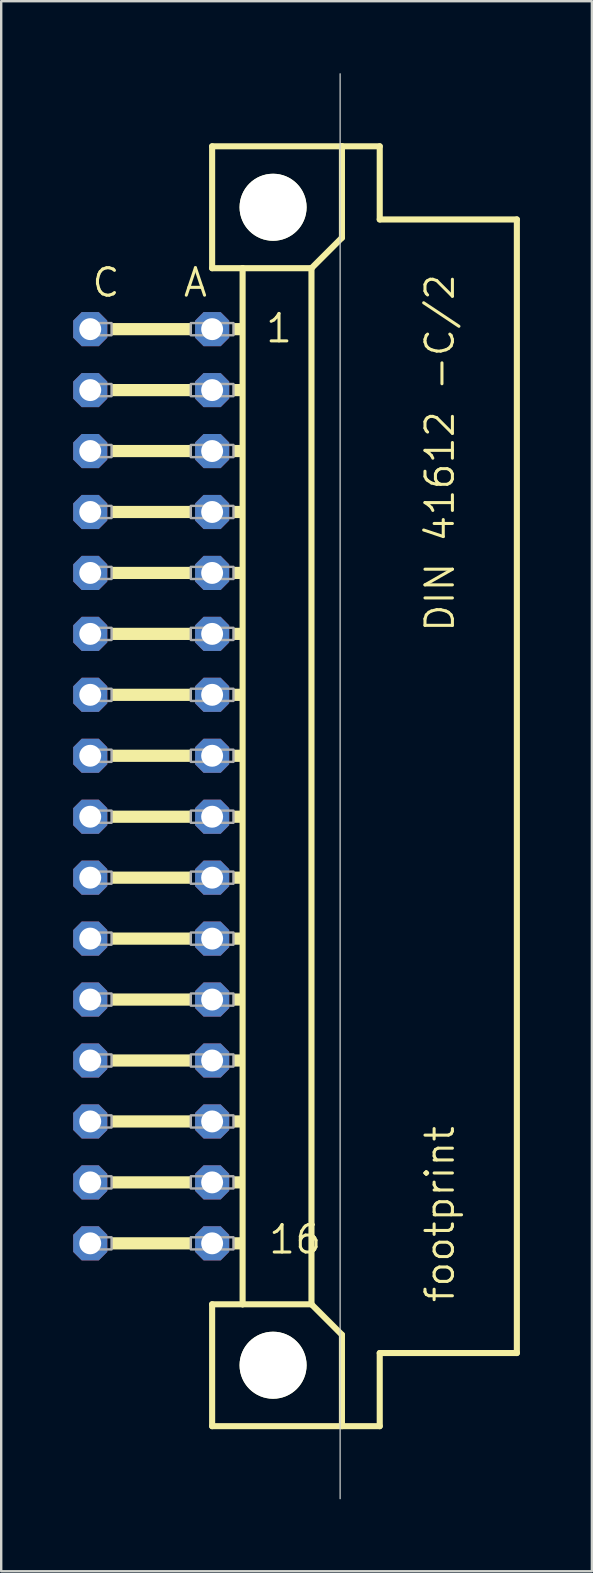
<source format=kicad_pcb>
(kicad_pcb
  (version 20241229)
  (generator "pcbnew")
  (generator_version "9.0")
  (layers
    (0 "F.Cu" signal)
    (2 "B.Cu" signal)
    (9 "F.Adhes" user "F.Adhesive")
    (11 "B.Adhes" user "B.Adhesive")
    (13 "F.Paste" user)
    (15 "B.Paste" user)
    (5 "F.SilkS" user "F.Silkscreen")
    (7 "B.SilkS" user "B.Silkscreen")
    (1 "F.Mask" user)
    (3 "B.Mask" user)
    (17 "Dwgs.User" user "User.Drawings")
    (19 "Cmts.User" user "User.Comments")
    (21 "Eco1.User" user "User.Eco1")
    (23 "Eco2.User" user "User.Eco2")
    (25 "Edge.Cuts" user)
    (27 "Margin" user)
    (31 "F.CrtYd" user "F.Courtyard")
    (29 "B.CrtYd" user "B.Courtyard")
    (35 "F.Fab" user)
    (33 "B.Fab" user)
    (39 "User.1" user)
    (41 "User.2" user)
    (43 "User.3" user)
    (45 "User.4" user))
  (footprint "footprint"
    (layer "F.Cu")
    (at 8.331 29.718)
    (property "Reference" "footprint" (at 7.62 21.59 90) (layer "F.SilkS") (effects (font (size 1.143 1.143) (thickness 0.127)) (justify left bottom)))
    (fp_line (start -2.54 -26.67) (end -2.54 -21.59) (stroke (width 0.254) (type solid)) (layer "F.SilkS"))
    (fp_line (start -2.54 -21.59) (end -1.27 -21.59) (stroke (width 0.254) (type solid)) (layer "F.SilkS"))
    (fp_line (start -2.54 21.59) (end -1.27 21.59) (stroke (width 0.254) (type solid)) (layer "F.SilkS"))
    (fp_line (start -2.54 26.67) (end -2.54 21.59) (stroke (width 0.254) (type solid)) (layer "F.SilkS"))
    (fp_line (start -1.27 -21.59) (end 1.6 -21.59) (stroke (width 0.254) (type solid)) (layer "F.SilkS"))
    (fp_line (start -1.27 21.59) (end -1.27 -21.59) (stroke (width 0.254) (type solid)) (layer "F.SilkS"))
    (fp_line (start -1.27 21.59) (end 1.6 21.59) (stroke (width 0.254) (type solid)) (layer "F.SilkS"))
    (fp_line (start 1.6 -21.59) (end 2.87 -22.86) (stroke (width 0.254) (type solid)) (layer "F.SilkS"))
    (fp_line (start 1.6 21.59) (end 1.6 -21.59) (stroke (width 0.254) (type solid)) (layer "F.SilkS"))
    (fp_line (start 1.6 21.59) (end 2.87 22.86) (stroke (width 0.254) (type solid)) (layer "F.SilkS"))
    (fp_line (start 2.87 -26.67) (end -2.54 -26.67) (stroke (width 0.254) (type solid)) (layer "F.SilkS"))
    (fp_line (start 2.87 -22.86) (end 2.87 -26.67) (stroke (width 0.254) (type solid)) (layer "F.SilkS"))
    (fp_line (start 2.87 22.86) (end 2.87 26.67) (stroke (width 0.254) (type solid)) (layer "F.SilkS"))
    (fp_line (start 4.445 -26.67) (end 2.87 -26.67) (stroke (width 0.254) (type solid)) (layer "F.SilkS"))
    (fp_line (start 4.445 -23.622) (end 4.445 -26.67) (stroke (width 0.254) (type solid)) (layer "F.SilkS"))
    (fp_line (start 4.445 23.622) (end 4.445 26.67) (stroke (width 0.254) (type solid)) (layer "F.SilkS"))
    (fp_line (start 4.445 26.67) (end -2.54 26.67) (stroke (width 0.254) (type solid)) (layer "F.SilkS"))
    (fp_line (start 10.16 -23.622) (end 4.445 -23.622) (stroke (width 0.254) (type solid)) (layer "F.SilkS"))
    (fp_line (start 10.16 23.622) (end 4.445 23.622) (stroke (width 0.254) (type solid)) (layer "F.SilkS"))
    (fp_line (start 10.16 23.622) (end 10.16 -23.622) (stroke (width 0.254) (type solid)) (layer "F.SilkS"))
    (fp_circle (center 0 -24.13) (end 1.27 -24.13) (stroke (width 0.254) (type solid)) (fill no) (layer "F.SilkS"))
    (fp_circle (center 0 24.13) (end 1.27 24.13) (stroke (width 0.254) (type solid)) (fill no) (layer "F.SilkS"))
    (fp_poly (pts (xy -6.731 -18.796) (xy -3.429 -18.796) (xy -3.429 -19.304) (xy -6.731 -19.304)) (stroke (width 0) (type solid)) (fill yes) (layer "F.SilkS"))
    (fp_poly (pts (xy -6.731 -16.256) (xy -3.429 -16.256) (xy -3.429 -16.764) (xy -6.731 -16.764)) (stroke (width 0) (type solid)) (fill yes) (layer "F.SilkS"))
    (fp_poly (pts (xy -6.731 -13.716) (xy -3.429 -13.716) (xy -3.429 -14.224) (xy -6.731 -14.224)) (stroke (width 0) (type solid)) (fill yes) (layer "F.SilkS"))
    (fp_poly (pts (xy -6.731 -11.176) (xy -3.429 -11.176) (xy -3.429 -11.684) (xy -6.731 -11.684)) (stroke (width 0) (type solid)) (fill yes) (layer "F.SilkS"))
    (fp_poly (pts (xy -6.731 -8.636) (xy -3.429 -8.636) (xy -3.429 -9.144) (xy -6.731 -9.144)) (stroke (width 0) (type solid)) (fill yes) (layer "F.SilkS"))
    (fp_poly (pts (xy -6.731 -6.096) (xy -3.429 -6.096) (xy -3.429 -6.604) (xy -6.731 -6.604)) (stroke (width 0) (type solid)) (fill yes) (layer "F.SilkS"))
    (fp_poly (pts (xy -6.731 -3.556) (xy -3.429 -3.556) (xy -3.429 -4.064) (xy -6.731 -4.064)) (stroke (width 0) (type solid)) (fill yes) (layer "F.SilkS"))
    (fp_poly (pts (xy -6.731 -1.016) (xy -3.429 -1.016) (xy -3.429 -1.524) (xy -6.731 -1.524)) (stroke (width 0) (type solid)) (fill yes) (layer "F.SilkS"))
    (fp_poly (pts (xy -6.731 1.524) (xy -3.429 1.524) (xy -3.429 1.016) (xy -6.731 1.016)) (stroke (width 0) (type solid)) (fill yes) (layer "F.SilkS"))
    (fp_poly (pts (xy -6.731 4.064) (xy -3.429 4.064) (xy -3.429 3.556) (xy -6.731 3.556)) (stroke (width 0) (type solid)) (fill yes) (layer "F.SilkS"))
    (fp_poly (pts (xy -6.731 6.604) (xy -3.429 6.604) (xy -3.429 6.096) (xy -6.731 6.096)) (stroke (width 0) (type solid)) (fill yes) (layer "F.SilkS"))
    (fp_poly (pts (xy -6.731 9.144) (xy -3.429 9.144) (xy -3.429 8.636) (xy -6.731 8.636)) (stroke (width 0) (type solid)) (fill yes) (layer "F.SilkS"))
    (fp_poly (pts (xy -6.731 11.684) (xy -3.429 11.684) (xy -3.429 11.176) (xy -6.731 11.176)) (stroke (width 0) (type solid)) (fill yes) (layer "F.SilkS"))
    (fp_poly (pts (xy -6.731 14.224) (xy -3.429 14.224) (xy -3.429 13.716) (xy -6.731 13.716)) (stroke (width 0) (type solid)) (fill yes) (layer "F.SilkS"))
    (fp_poly (pts (xy -6.731 16.764) (xy -3.429 16.764) (xy -3.429 16.256) (xy -6.731 16.256)) (stroke (width 0) (type solid)) (fill yes) (layer "F.SilkS"))
    (fp_poly (pts (xy -6.731 19.304) (xy -3.429 19.304) (xy -3.429 18.796) (xy -6.731 18.796)) (stroke (width 0) (type solid)) (fill yes) (layer "F.SilkS"))
    (fp_poly (pts (xy -1.651 -18.796) (xy -1.27 -18.796) (xy -1.27 -19.304) (xy -1.651 -19.304)) (stroke (width 0) (type solid)) (fill yes) (layer "F.SilkS"))
    (fp_poly (pts (xy -1.651 -16.256) (xy -1.27 -16.256) (xy -1.27 -16.764) (xy -1.651 -16.764)) (stroke (width 0) (type solid)) (fill yes) (layer "F.SilkS"))
    (fp_poly (pts (xy -1.651 -13.716) (xy -1.27 -13.716) (xy -1.27 -14.224) (xy -1.651 -14.224)) (stroke (width 0) (type solid)) (fill yes) (layer "F.SilkS"))
    (fp_poly (pts (xy -1.651 -11.176) (xy -1.27 -11.176) (xy -1.27 -11.684) (xy -1.651 -11.684)) (stroke (width 0) (type solid)) (fill yes) (layer "F.SilkS"))
    (fp_poly (pts (xy -1.651 -8.636) (xy -1.27 -8.636) (xy -1.27 -9.144) (xy -1.651 -9.144)) (stroke (width 0) (type solid)) (fill yes) (layer "F.SilkS"))
    (fp_poly (pts (xy -1.651 -6.096) (xy -1.27 -6.096) (xy -1.27 -6.604) (xy -1.651 -6.604)) (stroke (width 0) (type solid)) (fill yes) (layer "F.SilkS"))
    (fp_poly (pts (xy -1.651 -3.556) (xy -1.27 -3.556) (xy -1.27 -4.064) (xy -1.651 -4.064)) (stroke (width 0) (type solid)) (fill yes) (layer "F.SilkS"))
    (fp_poly (pts (xy -1.651 -1.016) (xy -1.27 -1.016) (xy -1.27 -1.524) (xy -1.651 -1.524)) (stroke (width 0) (type solid)) (fill yes) (layer "F.SilkS"))
    (fp_poly (pts (xy -1.651 1.524) (xy -1.27 1.524) (xy -1.27 1.016) (xy -1.651 1.016)) (stroke (width 0) (type solid)) (fill yes) (layer "F.SilkS"))
    (fp_poly (pts (xy -1.651 4.064) (xy -1.27 4.064) (xy -1.27 3.556) (xy -1.651 3.556)) (stroke (width 0) (type solid)) (fill yes) (layer "F.SilkS"))
    (fp_poly (pts (xy -1.651 6.604) (xy -1.27 6.604) (xy -1.27 6.096) (xy -1.651 6.096)) (stroke (width 0) (type solid)) (fill yes) (layer "F.SilkS"))
    (fp_poly (pts (xy -1.651 9.144) (xy -1.27 9.144) (xy -1.27 8.636) (xy -1.651 8.636)) (stroke (width 0) (type solid)) (fill yes) (layer "F.SilkS"))
    (fp_poly (pts (xy -1.651 11.684) (xy -1.27 11.684) (xy -1.27 11.176) (xy -1.651 11.176)) (stroke (width 0) (type solid)) (fill yes) (layer "F.SilkS"))
    (fp_poly (pts (xy -1.651 14.224) (xy -1.27 14.224) (xy -1.27 13.716) (xy -1.651 13.716)) (stroke (width 0) (type solid)) (fill yes) (layer "F.SilkS"))
    (fp_poly (pts (xy -1.651 16.764) (xy -1.27 16.764) (xy -1.27 16.256) (xy -1.651 16.256)) (stroke (width 0) (type solid)) (fill yes) (layer "F.SilkS"))
    (fp_poly (pts (xy -1.651 19.304) (xy -1.27 19.304) (xy -1.27 18.796) (xy -1.651 18.796)) (stroke (width 0) (type solid)) (fill yes) (layer "F.SilkS"))
    (fp_line (start 2.794 29.693) (end 2.794 -29.693) (stroke (width 0.05) (type solid)) (layer "Edge.Cuts"))
    (fp_poly (pts (xy -7.874 -18.796) (xy -6.731 -18.796) (xy -6.731 -19.304) (xy -7.874 -19.304)) (stroke (width 0.1) (type solid)) (fill no) (layer "F.Fab"))
    (fp_poly (pts (xy -7.874 -16.256) (xy -6.731 -16.256) (xy -6.731 -16.764) (xy -7.874 -16.764)) (stroke (width 0.1) (type solid)) (fill no) (layer "F.Fab"))
    (fp_poly (pts (xy -7.874 -13.716) (xy -6.731 -13.716) (xy -6.731 -14.224) (xy -7.874 -14.224)) (stroke (width 0.1) (type solid)) (fill no) (layer "F.Fab"))
    (fp_poly (pts (xy -7.874 -11.176) (xy -6.731 -11.176) (xy -6.731 -11.684) (xy -7.874 -11.684)) (stroke (width 0.1) (type solid)) (fill no) (layer "F.Fab"))
    (fp_poly (pts (xy -7.874 -8.636) (xy -6.731 -8.636) (xy -6.731 -9.144) (xy -7.874 -9.144)) (stroke (width 0.1) (type solid)) (fill no) (layer "F.Fab"))
    (fp_poly (pts (xy -7.874 -6.096) (xy -6.731 -6.096) (xy -6.731 -6.604) (xy -7.874 -6.604)) (stroke (width 0.1) (type solid)) (fill no) (layer "F.Fab"))
    (fp_poly (pts (xy -7.874 -3.556) (xy -6.731 -3.556) (xy -6.731 -4.064) (xy -7.874 -4.064)) (stroke (width 0.1) (type solid)) (fill no) (layer "F.Fab"))
    (fp_poly (pts (xy -7.874 -1.016) (xy -6.731 -1.016) (xy -6.731 -1.524) (xy -7.874 -1.524)) (stroke (width 0.1) (type solid)) (fill no) (layer "F.Fab"))
    (fp_poly (pts (xy -7.874 1.524) (xy -6.731 1.524) (xy -6.731 1.016) (xy -7.874 1.016)) (stroke (width 0.1) (type solid)) (fill no) (layer "F.Fab"))
    (fp_poly (pts (xy -7.874 4.064) (xy -6.731 4.064) (xy -6.731 3.556) (xy -7.874 3.556)) (stroke (width 0.1) (type solid)) (fill no) (layer "F.Fab"))
    (fp_poly (pts (xy -7.874 6.604) (xy -6.731 6.604) (xy -6.731 6.096) (xy -7.874 6.096)) (stroke (width 0.1) (type solid)) (fill no) (layer "F.Fab"))
    (fp_poly (pts (xy -7.874 9.144) (xy -6.731 9.144) (xy -6.731 8.636) (xy -7.874 8.636)) (stroke (width 0.1) (type solid)) (fill no) (layer "F.Fab"))
    (fp_poly (pts (xy -7.874 11.684) (xy -6.731 11.684) (xy -6.731 11.176) (xy -7.874 11.176)) (stroke (width 0.1) (type solid)) (fill no) (layer "F.Fab"))
    (fp_poly (pts (xy -7.874 14.224) (xy -6.731 14.224) (xy -6.731 13.716) (xy -7.874 13.716)) (stroke (width 0.1) (type solid)) (fill no) (layer "F.Fab"))
    (fp_poly (pts (xy -7.874 16.764) (xy -6.731 16.764) (xy -6.731 16.256) (xy -7.874 16.256)) (stroke (width 0.1) (type solid)) (fill no) (layer "F.Fab"))
    (fp_poly (pts (xy -7.874 19.304) (xy -6.731 19.304) (xy -6.731 18.796) (xy -7.874 18.796)) (stroke (width 0.1) (type solid)) (fill no) (layer "F.Fab"))
    (fp_poly (pts (xy -3.429 -18.796) (xy -1.651 -18.796) (xy -1.651 -19.304) (xy -3.429 -19.304)) (stroke (width 0.1) (type solid)) (fill no) (layer "F.Fab"))
    (fp_poly (pts (xy -3.429 -16.256) (xy -1.651 -16.256) (xy -1.651 -16.764) (xy -3.429 -16.764)) (stroke (width 0.1) (type solid)) (fill no) (layer "F.Fab"))
    (fp_poly (pts (xy -3.429 -13.716) (xy -1.651 -13.716) (xy -1.651 -14.224) (xy -3.429 -14.224)) (stroke (width 0.1) (type solid)) (fill no) (layer "F.Fab"))
    (fp_poly (pts (xy -3.429 -11.176) (xy -1.651 -11.176) (xy -1.651 -11.684) (xy -3.429 -11.684)) (stroke (width 0.1) (type solid)) (fill no) (layer "F.Fab"))
    (fp_poly (pts (xy -3.429 -8.636) (xy -1.651 -8.636) (xy -1.651 -9.144) (xy -3.429 -9.144)) (stroke (width 0.1) (type solid)) (fill no) (layer "F.Fab"))
    (fp_poly (pts (xy -3.429 -6.096) (xy -1.651 -6.096) (xy -1.651 -6.604) (xy -3.429 -6.604)) (stroke (width 0.1) (type solid)) (fill no) (layer "F.Fab"))
    (fp_poly (pts (xy -3.429 -3.556) (xy -1.651 -3.556) (xy -1.651 -4.064) (xy -3.429 -4.064)) (stroke (width 0.1) (type solid)) (fill no) (layer "F.Fab"))
    (fp_poly (pts (xy -3.429 -1.016) (xy -1.651 -1.016) (xy -1.651 -1.524) (xy -3.429 -1.524)) (stroke (width 0.1) (type solid)) (fill no) (layer "F.Fab"))
    (fp_poly (pts (xy -3.429 1.524) (xy -1.651 1.524) (xy -1.651 1.016) (xy -3.429 1.016)) (stroke (width 0.1) (type solid)) (fill no) (layer "F.Fab"))
    (fp_poly (pts (xy -3.429 4.064) (xy -1.651 4.064) (xy -1.651 3.556) (xy -3.429 3.556)) (stroke (width 0.1) (type solid)) (fill no) (layer "F.Fab"))
    (fp_poly (pts (xy -3.429 6.604) (xy -1.651 6.604) (xy -1.651 6.096) (xy -3.429 6.096)) (stroke (width 0.1) (type solid)) (fill no) (layer "F.Fab"))
    (fp_poly (pts (xy -3.429 9.144) (xy -1.651 9.144) (xy -1.651 8.636) (xy -3.429 8.636)) (stroke (width 0.1) (type solid)) (fill no) (layer "F.Fab"))
    (fp_poly (pts (xy -3.429 11.684) (xy -1.651 11.684) (xy -1.651 11.176) (xy -3.429 11.176)) (stroke (width 0.1) (type solid)) (fill no) (layer "F.Fab"))
    (fp_poly (pts (xy -3.429 14.224) (xy -1.651 14.224) (xy -1.651 13.716) (xy -3.429 13.716)) (stroke (width 0.1) (type solid)) (fill no) (layer "F.Fab"))
    (fp_poly (pts (xy -3.429 16.764) (xy -1.651 16.764) (xy -1.651 16.256) (xy -3.429 16.256)) (stroke (width 0.1) (type solid)) (fill no) (layer "F.Fab"))
    (fp_poly (pts (xy -3.429 19.304) (xy -1.651 19.304) (xy -1.651 18.796) (xy -3.429 18.796)) (stroke (width 0.1) (type solid)) (fill no) (layer "F.Fab"))
    (fp_text user "DIN 41612 -C/2" (at 7.62 -6.35 90) (layer "F.SilkS") (effects (font (size 1.143 1.143) (thickness 0.127)) (justify left bottom)))
    (fp_text user "A" (at -3.81 -20.32 0) (layer "F.SilkS") (effects (font (size 1.143 1.143) (thickness 0.127)) (justify left bottom)))
    (fp_text user "1" (at -0.381 -18.415 0) (layer "F.SilkS") (effects (font (size 1.143 1.143) (thickness 0.127)) (justify left bottom)))
    (fp_text user "C" (at -7.62 -20.32 0) (layer "F.SilkS") (effects (font (size 1.143 1.143) (thickness 0.127)) (justify left bottom)))
    (fp_text user "16" (at -0.254 19.558 0) (layer "F.SilkS") (effects (font (size 1.143 1.143) (thickness 0.127)) (justify left bottom)))
    (pad "" np_thru_hole circle (at 0 -24.13) (size 2.794 2.794) (drill 2.794) (layers "*.Cu" "*.Mask"))
    (pad "" np_thru_hole circle (at 0 24.13) (size 2.794 2.794) (drill 2.794) (layers "*.Cu" "*.Mask"))
    (pad "A1" thru_hole roundrect (at -2.54 -19.05) (size 1.422 1.422) (drill 0.914) (layers "*.Cu" "*.Mask") (roundrect_rratio 0.25) (chamfer_ratio 0.25) (chamfer top_left top_right bottom_left bottom_right))
    (pad "A2" thru_hole roundrect (at -2.54 -16.51) (size 1.422 1.422) (drill 0.914) (layers "*.Cu" "*.Mask") (roundrect_rratio 0.25) (chamfer_ratio 0.25) (chamfer top_left top_right bottom_left bottom_right))
    (pad "A3" thru_hole roundrect (at -2.54 -13.97) (size 1.422 1.422) (drill 0.914) (layers "*.Cu" "*.Mask") (roundrect_rratio 0.25) (chamfer_ratio 0.25) (chamfer top_left top_right bottom_left bottom_right))
    (pad "A4" thru_hole roundrect (at -2.54 -11.43) (size 1.422 1.422) (drill 0.914) (layers "*.Cu" "*.Mask") (roundrect_rratio 0.25) (chamfer_ratio 0.25) (chamfer top_left top_right bottom_left bottom_right))
    (pad "A5" thru_hole roundrect (at -2.54 -8.89) (size 1.422 1.422) (drill 0.914) (layers "*.Cu" "*.Mask") (roundrect_rratio 0.25) (chamfer_ratio 0.25) (chamfer top_left top_right bottom_left bottom_right))
    (pad "A6" thru_hole roundrect (at -2.54 -6.35) (size 1.422 1.422) (drill 0.914) (layers "*.Cu" "*.Mask") (roundrect_rratio 0.25) (chamfer_ratio 0.25) (chamfer top_left top_right bottom_left bottom_right))
    (pad "A7" thru_hole roundrect (at -2.54 -3.81) (size 1.422 1.422) (drill 0.914) (layers "*.Cu" "*.Mask") (roundrect_rratio 0.25) (chamfer_ratio 0.25) (chamfer top_left top_right bottom_left bottom_right))
    (pad "A8" thru_hole roundrect (at -2.54 -1.27) (size 1.422 1.422) (drill 0.914) (layers "*.Cu" "*.Mask") (roundrect_rratio 0.25) (chamfer_ratio 0.25) (chamfer top_left top_right bottom_left bottom_right))
    (pad "A9" thru_hole roundrect (at -2.54 1.27) (size 1.422 1.422) (drill 0.914) (layers "*.Cu" "*.Mask") (roundrect_rratio 0.25) (chamfer_ratio 0.25) (chamfer top_left top_right bottom_left bottom_right))
    (pad "A10" thru_hole roundrect (at -2.54 3.81) (size 1.422 1.422) (drill 0.914) (layers "*.Cu" "*.Mask") (roundrect_rratio 0.25) (chamfer_ratio 0.25) (chamfer top_left top_right bottom_left bottom_right))
    (pad "A11" thru_hole roundrect (at -2.54 6.35) (size 1.422 1.422) (drill 0.914) (layers "*.Cu" "*.Mask") (roundrect_rratio 0.25) (chamfer_ratio 0.25) (chamfer top_left top_right bottom_left bottom_right))
    (pad "A12" thru_hole roundrect (at -2.54 8.89) (size 1.422 1.422) (drill 0.914) (layers "*.Cu" "*.Mask") (roundrect_rratio 0.25) (chamfer_ratio 0.25) (chamfer top_left top_right bottom_left bottom_right))
    (pad "A13" thru_hole roundrect (at -2.54 11.43) (size 1.422 1.422) (drill 0.914) (layers "*.Cu" "*.Mask") (roundrect_rratio 0.25) (chamfer_ratio 0.25) (chamfer top_left top_right bottom_left bottom_right))
    (pad "A14" thru_hole roundrect (at -2.54 13.97) (size 1.422 1.422) (drill 0.914) (layers "*.Cu" "*.Mask") (roundrect_rratio 0.25) (chamfer_ratio 0.25) (chamfer top_left top_right bottom_left bottom_right))
    (pad "A15" thru_hole roundrect (at -2.54 16.51) (size 1.422 1.422) (drill 0.914) (layers "*.Cu" "*.Mask") (roundrect_rratio 0.25) (chamfer_ratio 0.25) (chamfer top_left top_right bottom_left bottom_right))
    (pad "A16" thru_hole roundrect (at -2.54 19.05) (size 1.422 1.422) (drill 0.914) (layers "*.Cu" "*.Mask") (roundrect_rratio 0.25) (chamfer_ratio 0.25) (chamfer top_left top_right bottom_left bottom_right))
    (pad "C1" thru_hole roundrect (at -7.62 -19.05) (size 1.422 1.422) (drill 0.914) (layers "*.Cu" "*.Mask") (roundrect_rratio 0.25) (chamfer_ratio 0.25) (chamfer top_left top_right bottom_left bottom_right))
    (pad "C2" thru_hole roundrect (at -7.62 -16.51) (size 1.422 1.422) (drill 0.914) (layers "*.Cu" "*.Mask") (roundrect_rratio 0.25) (chamfer_ratio 0.25) (chamfer top_left top_right bottom_left bottom_right))
    (pad "C3" thru_hole roundrect (at -7.62 -13.97) (size 1.422 1.422) (drill 0.914) (layers "*.Cu" "*.Mask") (roundrect_rratio 0.25) (chamfer_ratio 0.25) (chamfer top_left top_right bottom_left bottom_right))
    (pad "C4" thru_hole roundrect (at -7.62 -11.43) (size 1.422 1.422) (drill 0.914) (layers "*.Cu" "*.Mask") (roundrect_rratio 0.25) (chamfer_ratio 0.25) (chamfer top_left top_right bottom_left bottom_right))
    (pad "C5" thru_hole roundrect (at -7.62 -8.89) (size 1.422 1.422) (drill 0.914) (layers "*.Cu" "*.Mask") (roundrect_rratio 0.25) (chamfer_ratio 0.25) (chamfer top_left top_right bottom_left bottom_right))
    (pad "C6" thru_hole roundrect (at -7.62 -6.35) (size 1.422 1.422) (drill 0.914) (layers "*.Cu" "*.Mask") (roundrect_rratio 0.25) (chamfer_ratio 0.25) (chamfer top_left top_right bottom_left bottom_right))
    (pad "C7" thru_hole roundrect (at -7.62 -3.81) (size 1.422 1.422) (drill 0.914) (layers "*.Cu" "*.Mask") (roundrect_rratio 0.25) (chamfer_ratio 0.25) (chamfer top_left top_right bottom_left bottom_right))
    (pad "C8" thru_hole roundrect (at -7.62 -1.27) (size 1.422 1.422) (drill 0.914) (layers "*.Cu" "*.Mask") (roundrect_rratio 0.25) (chamfer_ratio 0.25) (chamfer top_left top_right bottom_left bottom_right))
    (pad "C9" thru_hole roundrect (at -7.62 1.27) (size 1.422 1.422) (drill 0.914) (layers "*.Cu" "*.Mask") (roundrect_rratio 0.25) (chamfer_ratio 0.25) (chamfer top_left top_right bottom_left bottom_right))
    (pad "C10" thru_hole roundrect (at -7.62 3.81) (size 1.422 1.422) (drill 0.914) (layers "*.Cu" "*.Mask") (roundrect_rratio 0.25) (chamfer_ratio 0.25) (chamfer top_left top_right bottom_left bottom_right))
    (pad "C11" thru_hole roundrect (at -7.62 6.35) (size 1.422 1.422) (drill 0.914) (layers "*.Cu" "*.Mask") (roundrect_rratio 0.25) (chamfer_ratio 0.25) (chamfer top_left top_right bottom_left bottom_right))
    (pad "C12" thru_hole roundrect (at -7.62 8.89) (size 1.422 1.422) (drill 0.914) (layers "*.Cu" "*.Mask") (roundrect_rratio 0.25) (chamfer_ratio 0.25) (chamfer top_left top_right bottom_left bottom_right))
    (pad "C13" thru_hole roundrect (at -7.62 11.43) (size 1.422 1.422) (drill 0.914) (layers "*.Cu" "*.Mask") (roundrect_rratio 0.25) (chamfer_ratio 0.25) (chamfer top_left top_right bottom_left bottom_right))
    (pad "C14" thru_hole roundrect (at -7.62 13.97) (size 1.422 1.422) (drill 0.914) (layers "*.Cu" "*.Mask") (roundrect_rratio 0.25) (chamfer_ratio 0.25) (chamfer top_left top_right bottom_left bottom_right))
    (pad "C15" thru_hole roundrect (at -7.62 16.51) (size 1.422 1.422) (drill 0.914) (layers "*.Cu" "*.Mask") (roundrect_rratio 0.25) (chamfer_ratio 0.25) (chamfer top_left top_right bottom_left bottom_right))
    (pad "C16" thru_hole roundrect (at -7.62 19.05) (size 1.422 1.422) (drill 0.914) (layers "*.Cu" "*.Mask") (roundrect_rratio 0.25) (chamfer_ratio 0.25) (chamfer top_left top_right bottom_left bottom_right))
    (zone (net_name "") (layers "F.Cu" "B.Cu") (hatch edge 0.508) (connect_pads) (min_thickness 0.254) (filled_areas_thickness no) (keepout (tracks allowed) (vias not_allowed) (pads allowed) (copperpour allowed) (footprints allowed)) (placement (enabled no)) (fill) (polygon (pts (xy 11.506 5.588) (xy 11.458 5.036) (xy 11.315 4.502) (xy 11.081 4) (xy 10.763 3.547) (xy 10.372 3.155) (xy 9.919 2.838) (xy 9.417 2.604) (xy 8.883 2.461) (xy 8.331 2.413) (xy 7.78 2.461) (xy 7.245 2.604) (xy 6.744 2.838) (xy 6.29 3.155) (xy 5.899 3.547) (xy 5.582 4) (xy 5.348 4.502) (xy 5.204 5.036) (xy 5.156 5.588) (xy 5.204 6.139) (xy 5.348 6.674) (xy 5.582 7.175) (xy 5.899 7.628) (xy 6.29 8.02) (xy 6.744 8.337) (xy 7.245 8.571) (xy 7.78 8.714) (xy 8.331 8.763) (xy 8.883 8.714) (xy 9.417 8.571) (xy 9.919 8.337) (xy 10.372 8.02) (xy 10.763 7.628) (xy 11.081 7.175) (xy 11.315 6.674) (xy 11.458 6.139))) (polygon (pts (xy 9.728 5.588) (xy 9.707 5.345) (xy 9.644 5.11) (xy 9.541 4.889) (xy 9.401 4.69) (xy 9.229 4.517) (xy 9.03 4.378) (xy 8.809 4.275) (xy 8.574 4.212) (xy 8.331 4.191) (xy 8.089 4.212) (xy 7.853 4.275) (xy 7.633 4.378) (xy 7.433 4.517) (xy 7.261 4.69) (xy 7.121 4.889) (xy 7.018 5.11) (xy 6.955 5.345) (xy 6.934 5.588) (xy 6.955 5.83) (xy 7.018 6.065) (xy 7.121 6.286) (xy 7.261 6.486) (xy 7.433 6.658) (xy 7.633 6.797) (xy 7.853 6.9) (xy 8.089 6.963) (xy 8.331 6.985) (xy 8.574 6.963) (xy 8.809 6.9) (xy 9.03 6.797) (xy 9.229 6.658) (xy 9.401 6.486) (xy 9.541 6.286) (xy 9.644 6.065) (xy 9.707 5.83))))
    (zone (net_name "") (layers "F.Cu" "B.Cu") (hatch edge 0.508) (connect_pads) (min_thickness 0.254) (filled_areas_thickness no) (keepout (tracks allowed) (vias not_allowed) (pads allowed) (copperpour allowed) (footprints allowed)) (placement (enabled no)) (fill) (polygon (pts (xy 11.506 53.848) (xy 11.458 53.296) (xy 11.315 52.762) (xy 11.081 52.26) (xy 10.763 51.807) (xy 10.372 51.415) (xy 9.919 51.098) (xy 9.417 50.864) (xy 8.883 50.721) (xy 8.331 50.673) (xy 7.78 50.721) (xy 7.245 50.864) (xy 6.744 51.098) (xy 6.29 51.415) (xy 5.899 51.807) (xy 5.582 52.26) (xy 5.348 52.762) (xy 5.204 53.296) (xy 5.156 53.848) (xy 5.204 54.399) (xy 5.348 54.934) (xy 5.582 55.435) (xy 5.899 55.888) (xy 6.29 56.28) (xy 6.744 56.597) (xy 7.245 56.831) (xy 7.78 56.974) (xy 8.331 57.023) (xy 8.883 56.974) (xy 9.417 56.831) (xy 9.919 56.597) (xy 10.372 56.28) (xy 10.763 55.888) (xy 11.081 55.435) (xy 11.315 54.934) (xy 11.458 54.399))) (polygon (pts (xy 9.728 53.848) (xy 9.707 53.605) (xy 9.644 53.37) (xy 9.541 53.149) (xy 9.401 52.95) (xy 9.229 52.777) (xy 9.03 52.638) (xy 8.809 52.535) (xy 8.574 52.472) (xy 8.331 52.451) (xy 8.089 52.472) (xy 7.853 52.535) (xy 7.633 52.638) (xy 7.433 52.777) (xy 7.261 52.95) (xy 7.121 53.149) (xy 7.018 53.37) (xy 6.955 53.605) (xy 6.934 53.848) (xy 6.955 54.09) (xy 7.018 54.325) (xy 7.121 54.546) (xy 7.261 54.746) (xy 7.433 54.918) (xy 7.633 55.057) (xy 7.853 55.16) (xy 8.089 55.223) (xy 8.331 55.245) (xy 8.574 55.223) (xy 8.809 55.16) (xy 9.03 55.057) (xy 9.229 54.918) (xy 9.401 54.746) (xy 9.541 54.546) (xy 9.644 54.325) (xy 9.707 54.09))))
    (zone (net_name "") (layer "B.Cu") (hatch edge 0.508) (connect_pads) (min_thickness 0.254) (filled_areas_thickness no) (keepout (tracks not_allowed) (vias not_allowed) (pads not_allowed) (copperpour not_allowed) (footprints allowed)) (placement (enabled no)) (fill) (polygon (pts (xy 11.506 5.588) (xy 11.458 5.036) (xy 11.315 4.502) (xy 11.081 4) (xy 10.763 3.547) (xy 10.372 3.155) (xy 9.919 2.838) (xy 9.417 2.604) (xy 8.883 2.461) (xy 8.331 2.413) (xy 7.78 2.461) (xy 7.245 2.604) (xy 6.744 2.838) (xy 6.29 3.155) (xy 5.899 3.547) (xy 5.582 4) (xy 5.348 4.502) (xy 5.204 5.036) (xy 5.156 5.588) (xy 5.204 6.139) (xy 5.348 6.674) (xy 5.582 7.175) (xy 5.899 7.628) (xy 6.29 8.02) (xy 6.744 8.337) (xy 7.245 8.571) (xy 7.78 8.714) (xy 8.331 8.763) (xy 8.883 8.714) (xy 9.417 8.571) (xy 9.919 8.337) (xy 10.372 8.02) (xy 10.763 7.628) (xy 11.081 7.175) (xy 11.315 6.674) (xy 11.458 6.139))) (polygon (pts (xy 9.728 5.588) (xy 9.707 5.345) (xy 9.644 5.11) (xy 9.541 4.889) (xy 9.401 4.69) (xy 9.229 4.517) (xy 9.03 4.378) (xy 8.809 4.275) (xy 8.574 4.212) (xy 8.331 4.191) (xy 8.089 4.212) (xy 7.853 4.275) (xy 7.633 4.378) (xy 7.433 4.517) (xy 7.261 4.69) (xy 7.121 4.889) (xy 7.018 5.11) (xy 6.955 5.345) (xy 6.934 5.588) (xy 6.955 5.83) (xy 7.018 6.065) (xy 7.121 6.286) (xy 7.261 6.486) (xy 7.433 6.658) (xy 7.633 6.797) (xy 7.853 6.9) (xy 8.089 6.963) (xy 8.331 6.985) (xy 8.574 6.963) (xy 8.809 6.9) (xy 9.03 6.797) (xy 9.229 6.658) (xy 9.401 6.486) (xy 9.541 6.286) (xy 9.644 6.065) (xy 9.707 5.83))))
    (zone (net_name "") (layer "B.Cu") (hatch edge 0.508) (connect_pads) (min_thickness 0.254) (filled_areas_thickness no) (keepout (tracks not_allowed) (vias not_allowed) (pads not_allowed) (copperpour not_allowed) (footprints allowed)) (placement (enabled no)) (fill) (polygon (pts (xy 11.506 53.848) (xy 11.458 53.296) (xy 11.315 52.762) (xy 11.081 52.26) (xy 10.763 51.807) (xy 10.372 51.415) (xy 9.919 51.098) (xy 9.417 50.864) (xy 8.883 50.721) (xy 8.331 50.673) (xy 7.78 50.721) (xy 7.245 50.864) (xy 6.744 51.098) (xy 6.29 51.415) (xy 5.899 51.807) (xy 5.582 52.26) (xy 5.348 52.762) (xy 5.204 53.296) (xy 5.156 53.848) (xy 5.204 54.399) (xy 5.348 54.934) (xy 5.582 55.435) (xy 5.899 55.888) (xy 6.29 56.28) (xy 6.744 56.597) (xy 7.245 56.831) (xy 7.78 56.974) (xy 8.331 57.023) (xy 8.883 56.974) (xy 9.417 56.831) (xy 9.919 56.597) (xy 10.372 56.28) (xy 10.763 55.888) (xy 11.081 55.435) (xy 11.315 54.934) (xy 11.458 54.399))) (polygon (pts (xy 9.728 53.848) (xy 9.707 53.605) (xy 9.644 53.37) (xy 9.541 53.149) (xy 9.401 52.95) (xy 9.229 52.777) (xy 9.03 52.638) (xy 8.809 52.535) (xy 8.574 52.472) (xy 8.331 52.451) (xy 8.089 52.472) (xy 7.853 52.535) (xy 7.633 52.638) (xy 7.433 52.777) (xy 7.261 52.95) (xy 7.121 53.149) (xy 7.018 53.37) (xy 6.955 53.605) (xy 6.934 53.848) (xy 6.955 54.09) (xy 7.018 54.325) (xy 7.121 54.546) (xy 7.261 54.746) (xy 7.433 54.918) (xy 7.633 55.057) (xy 7.853 55.16) (xy 8.089 55.223) (xy 8.331 55.245) (xy 8.574 55.223) (xy 8.809 55.16) (xy 9.03 55.057) (xy 9.229 54.918) (xy 9.401 54.746) (xy 9.541 54.546) (xy 9.644 54.325) (xy 9.707 54.09)))))
  (gr_rect
    (start -3 -3)
    (end 21.618 62.435)
    (stroke (width 0.1) (type default))
    (fill no)
    (layer "Edge.Cuts")))
</source>
